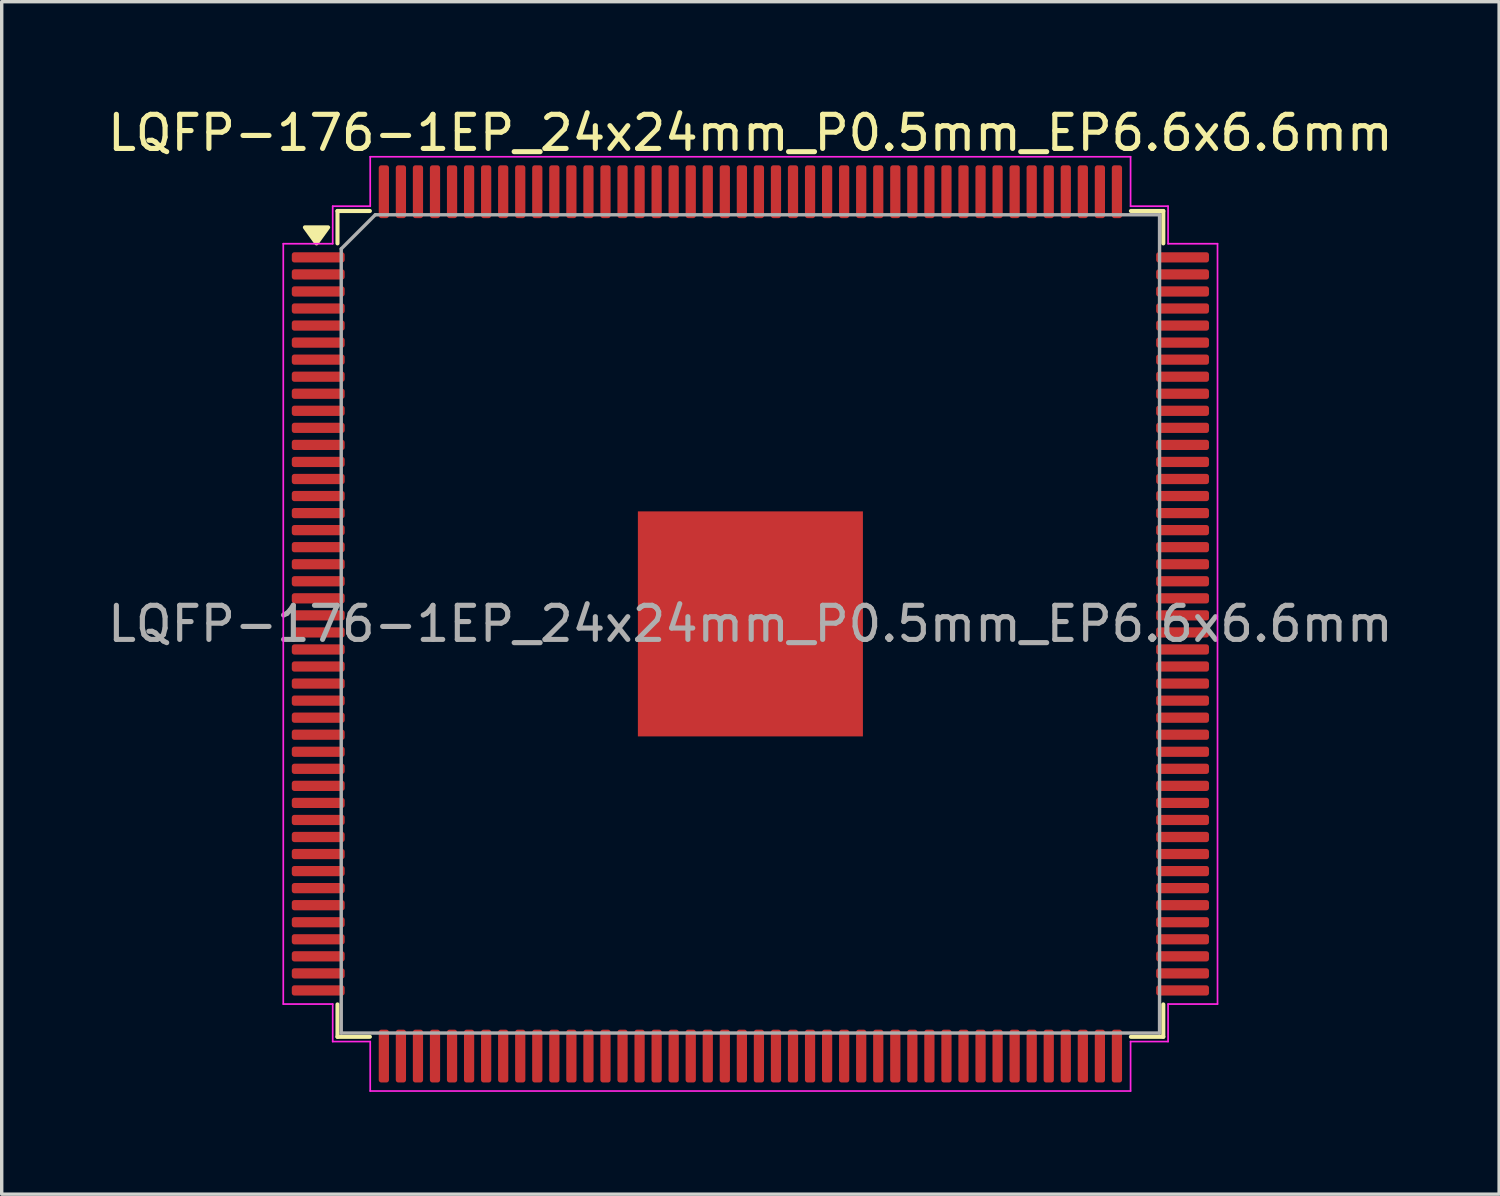
<source format=kicad_pcb>
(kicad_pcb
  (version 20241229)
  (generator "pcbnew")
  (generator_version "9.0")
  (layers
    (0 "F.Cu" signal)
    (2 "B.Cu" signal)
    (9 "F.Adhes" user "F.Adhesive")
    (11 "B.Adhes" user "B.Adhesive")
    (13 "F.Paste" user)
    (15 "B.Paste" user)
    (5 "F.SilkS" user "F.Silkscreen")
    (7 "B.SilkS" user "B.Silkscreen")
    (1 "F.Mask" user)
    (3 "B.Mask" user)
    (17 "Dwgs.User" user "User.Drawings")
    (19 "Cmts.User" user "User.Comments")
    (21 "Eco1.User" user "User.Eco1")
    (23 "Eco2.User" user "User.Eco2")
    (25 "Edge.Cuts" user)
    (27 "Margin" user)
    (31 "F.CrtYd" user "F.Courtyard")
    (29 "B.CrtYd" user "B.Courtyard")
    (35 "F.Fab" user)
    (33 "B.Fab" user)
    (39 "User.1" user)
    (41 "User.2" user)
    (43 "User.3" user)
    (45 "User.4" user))
  (footprint "LQFP-176-1EP_24x24mm_P0.5mm_EP6.6x6.6mm"
    (layer "F.Cu")
    (at 18.958 15.248)
    (property "Reference" "LQFP-176-1EP_24x24mm_P0.5mm_EP6.6x6.6mm" (at 0 -14.4 0) (layer "F.SilkS") (effects (font (size 1 1) (thickness 0.15))))
    (attr smd)
    (fp_line (start -12.11 -12.11) (end -12.11 -11.16) (stroke (width 0.12) (type solid)) (layer "F.SilkS"))
    (fp_line (start -12.11 12.11) (end -12.11 11.16) (stroke (width 0.12) (type solid)) (layer "F.SilkS"))
    (fp_line (start -11.16 -12.11) (end -12.11 -12.11) (stroke (width 0.12) (type solid)) (layer "F.SilkS"))
    (fp_line (start -11.16 12.11) (end -12.11 12.11) (stroke (width 0.12) (type solid)) (layer "F.SilkS"))
    (fp_line (start 11.16 -12.11) (end 12.11 -12.11) (stroke (width 0.12) (type solid)) (layer "F.SilkS"))
    (fp_line (start 11.16 12.11) (end 12.11 12.11) (stroke (width 0.12) (type solid)) (layer "F.SilkS"))
    (fp_line (start 12.11 -12.11) (end 12.11 -11.16) (stroke (width 0.12) (type solid)) (layer "F.SilkS"))
    (fp_line (start 12.11 12.11) (end 12.11 11.16) (stroke (width 0.12) (type solid)) (layer "F.SilkS"))
    (fp_poly (pts (xy -12.725 -11.16) (xy -13.065 -11.63) (xy -12.385 -11.63)) (stroke (width 0.12) (type solid)) (fill yes) (layer "F.SilkS"))
    (fp_line (start -13.7 -11.15) (end -12.25 -11.15) (stroke (width 0.05) (type solid)) (layer "F.CrtYd"))
    (fp_line (start -13.7 11.15) (end -13.7 -11.15) (stroke (width 0.05) (type solid)) (layer "F.CrtYd"))
    (fp_line (start -12.25 -12.25) (end -11.15 -12.25) (stroke (width 0.05) (type solid)) (layer "F.CrtYd"))
    (fp_line (start -12.25 -11.15) (end -12.25 -12.25) (stroke (width 0.05) (type solid)) (layer "F.CrtYd"))
    (fp_line (start -12.25 11.15) (end -13.7 11.15) (stroke (width 0.05) (type solid)) (layer "F.CrtYd"))
    (fp_line (start -12.25 12.25) (end -12.25 11.15) (stroke (width 0.05) (type solid)) (layer "F.CrtYd"))
    (fp_line (start -11.15 -13.7) (end 11.15 -13.7) (stroke (width 0.05) (type solid)) (layer "F.CrtYd"))
    (fp_line (start -11.15 -12.25) (end -11.15 -13.7) (stroke (width 0.05) (type solid)) (layer "F.CrtYd"))
    (fp_line (start -11.15 12.25) (end -12.25 12.25) (stroke (width 0.05) (type solid)) (layer "F.CrtYd"))
    (fp_line (start -11.15 13.7) (end -11.15 12.25) (stroke (width 0.05) (type solid)) (layer "F.CrtYd"))
    (fp_line (start 11.15 -13.7) (end 11.15 -12.25) (stroke (width 0.05) (type solid)) (layer "F.CrtYd"))
    (fp_line (start 11.15 -12.25) (end 12.25 -12.25) (stroke (width 0.05) (type solid)) (layer "F.CrtYd"))
    (fp_line (start 11.15 12.25) (end 11.15 13.7) (stroke (width 0.05) (type solid)) (layer "F.CrtYd"))
    (fp_line (start 11.15 13.7) (end -11.15 13.7) (stroke (width 0.05) (type solid)) (layer "F.CrtYd"))
    (fp_line (start 12.25 -12.25) (end 12.25 -11.15) (stroke (width 0.05) (type solid)) (layer "F.CrtYd"))
    (fp_line (start 12.25 -11.15) (end 13.7 -11.15) (stroke (width 0.05) (type solid)) (layer "F.CrtYd"))
    (fp_line (start 12.25 11.15) (end 12.25 12.25) (stroke (width 0.05) (type solid)) (layer "F.CrtYd"))
    (fp_line (start 12.25 12.25) (end 11.15 12.25) (stroke (width 0.05) (type solid)) (layer "F.CrtYd"))
    (fp_line (start 13.7 -11.15) (end 13.7 11.15) (stroke (width 0.05) (type solid)) (layer "F.CrtYd"))
    (fp_line (start 13.7 11.15) (end 12.25 11.15) (stroke (width 0.05) (type solid)) (layer "F.CrtYd"))
    (fp_line (start -12 -11) (end -11 -12) (stroke (width 0.1) (type solid)) (layer "F.Fab"))
    (fp_line (start -12 12) (end -12 -11) (stroke (width 0.1) (type solid)) (layer "F.Fab"))
    (fp_line (start -11 -12) (end 12 -12) (stroke (width 0.1) (type solid)) (layer "F.Fab"))
    (fp_line (start 12 -12) (end 12 12) (stroke (width 0.1) (type solid)) (layer "F.Fab"))
    (fp_line (start 12 12) (end -12 12) (stroke (width 0.1) (type solid)) (layer "F.Fab"))
    (fp_text user "${REFERENCE}" (at 0 0 0) (layer "F.Fab") (effects (font (size 1 1) (thickness 0.15))))
    (pad "" smd roundrect (at -2.64 -2.64) (size 1.06 1.06) (layers "F.Paste") (roundrect_rratio 0.236))
    (pad "" smd roundrect (at -2.64 -1.32) (size 1.06 1.06) (layers "F.Paste") (roundrect_rratio 0.236))
    (pad "" smd roundrect (at -2.64 0) (size 1.06 1.06) (layers "F.Paste") (roundrect_rratio 0.236))
    (pad "" smd roundrect (at -2.64 1.32) (size 1.06 1.06) (layers "F.Paste") (roundrect_rratio 0.236))
    (pad "" smd roundrect (at -2.64 2.64) (size 1.06 1.06) (layers "F.Paste") (roundrect_rratio 0.236))
    (pad "" smd roundrect (at -1.32 -2.64) (size 1.06 1.06) (layers "F.Paste") (roundrect_rratio 0.236))
    (pad "" smd roundrect (at -1.32 -1.32) (size 1.06 1.06) (layers "F.Paste") (roundrect_rratio 0.236))
    (pad "" smd roundrect (at -1.32 0) (size 1.06 1.06) (layers "F.Paste") (roundrect_rratio 0.236))
    (pad "" smd roundrect (at -1.32 1.32) (size 1.06 1.06) (layers "F.Paste") (roundrect_rratio 0.236))
    (pad "" smd roundrect (at -1.32 2.64) (size 1.06 1.06) (layers "F.Paste") (roundrect_rratio 0.236))
    (pad "" smd roundrect (at 0 -2.64) (size 1.06 1.06) (layers "F.Paste") (roundrect_rratio 0.236))
    (pad "" smd roundrect (at 0 -1.32) (size 1.06 1.06) (layers "F.Paste") (roundrect_rratio 0.236))
    (pad "" smd roundrect (at 0 0) (size 1.06 1.06) (layers "F.Paste") (roundrect_rratio 0.236))
    (pad "" smd roundrect (at 0 1.32) (size 1.06 1.06) (layers "F.Paste") (roundrect_rratio 0.236))
    (pad "" smd roundrect (at 0 2.64) (size 1.06 1.06) (layers "F.Paste") (roundrect_rratio 0.236))
    (pad "" smd roundrect (at 1.32 -2.64) (size 1.06 1.06) (layers "F.Paste") (roundrect_rratio 0.236))
    (pad "" smd roundrect (at 1.32 -1.32) (size 1.06 1.06) (layers "F.Paste") (roundrect_rratio 0.236))
    (pad "" smd roundrect (at 1.32 0) (size 1.06 1.06) (layers "F.Paste") (roundrect_rratio 0.236))
    (pad "" smd roundrect (at 1.32 1.32) (size 1.06 1.06) (layers "F.Paste") (roundrect_rratio 0.236))
    (pad "" smd roundrect (at 1.32 2.64) (size 1.06 1.06) (layers "F.Paste") (roundrect_rratio 0.236))
    (pad "" smd roundrect (at 2.64 -2.64) (size 1.06 1.06) (layers "F.Paste") (roundrect_rratio 0.236))
    (pad "" smd roundrect (at 2.64 -1.32) (size 1.06 1.06) (layers "F.Paste") (roundrect_rratio 0.236))
    (pad "" smd roundrect (at 2.64 0) (size 1.06 1.06) (layers "F.Paste") (roundrect_rratio 0.236))
    (pad "" smd roundrect (at 2.64 1.32) (size 1.06 1.06) (layers "F.Paste") (roundrect_rratio 0.236))
    (pad "" smd roundrect (at 2.64 2.64) (size 1.06 1.06) (layers "F.Paste") (roundrect_rratio 0.236))
    (pad "1" smd roundrect (at -12.675 -10.75) (size 1.55 0.3) (layers "F.Cu" "F.Mask" "F.Paste") (roundrect_rratio 0.25))
    (pad "2" smd roundrect (at -12.675 -10.25) (size 1.55 0.3) (layers "F.Cu" "F.Mask" "F.Paste") (roundrect_rratio 0.25))
    (pad "3" smd roundrect (at -12.675 -9.75) (size 1.55 0.3) (layers "F.Cu" "F.Mask" "F.Paste") (roundrect_rratio 0.25))
    (pad "4" smd roundrect (at -12.675 -9.25) (size 1.55 0.3) (layers "F.Cu" "F.Mask" "F.Paste") (roundrect_rratio 0.25))
    (pad "5" smd roundrect (at -12.675 -8.75) (size 1.55 0.3) (layers "F.Cu" "F.Mask" "F.Paste") (roundrect_rratio 0.25))
    (pad "6" smd roundrect (at -12.675 -8.25) (size 1.55 0.3) (layers "F.Cu" "F.Mask" "F.Paste") (roundrect_rratio 0.25))
    (pad "7" smd roundrect (at -12.675 -7.75) (size 1.55 0.3) (layers "F.Cu" "F.Mask" "F.Paste") (roundrect_rratio 0.25))
    (pad "8" smd roundrect (at -12.675 -7.25) (size 1.55 0.3) (layers "F.Cu" "F.Mask" "F.Paste") (roundrect_rratio 0.25))
    (pad "9" smd roundrect (at -12.675 -6.75) (size 1.55 0.3) (layers "F.Cu" "F.Mask" "F.Paste") (roundrect_rratio 0.25))
    (pad "10" smd roundrect (at -12.675 -6.25) (size 1.55 0.3) (layers "F.Cu" "F.Mask" "F.Paste") (roundrect_rratio 0.25))
    (pad "11" smd roundrect (at -12.675 -5.75) (size 1.55 0.3) (layers "F.Cu" "F.Mask" "F.Paste") (roundrect_rratio 0.25))
    (pad "12" smd roundrect (at -12.675 -5.25) (size 1.55 0.3) (layers "F.Cu" "F.Mask" "F.Paste") (roundrect_rratio 0.25))
    (pad "13" smd roundrect (at -12.675 -4.75) (size 1.55 0.3) (layers "F.Cu" "F.Mask" "F.Paste") (roundrect_rratio 0.25))
    (pad "14" smd roundrect (at -12.675 -4.25) (size 1.55 0.3) (layers "F.Cu" "F.Mask" "F.Paste") (roundrect_rratio 0.25))
    (pad "15" smd roundrect (at -12.675 -3.75) (size 1.55 0.3) (layers "F.Cu" "F.Mask" "F.Paste") (roundrect_rratio 0.25))
    (pad "16" smd roundrect (at -12.675 -3.25) (size 1.55 0.3) (layers "F.Cu" "F.Mask" "F.Paste") (roundrect_rratio 0.25))
    (pad "17" smd roundrect (at -12.675 -2.75) (size 1.55 0.3) (layers "F.Cu" "F.Mask" "F.Paste") (roundrect_rratio 0.25))
    (pad "18" smd roundrect (at -12.675 -2.25) (size 1.55 0.3) (layers "F.Cu" "F.Mask" "F.Paste") (roundrect_rratio 0.25))
    (pad "19" smd roundrect (at -12.675 -1.75) (size 1.55 0.3) (layers "F.Cu" "F.Mask" "F.Paste") (roundrect_rratio 0.25))
    (pad "20" smd roundrect (at -12.675 -1.25) (size 1.55 0.3) (layers "F.Cu" "F.Mask" "F.Paste") (roundrect_rratio 0.25))
    (pad "21" smd roundrect (at -12.675 -0.75) (size 1.55 0.3) (layers "F.Cu" "F.Mask" "F.Paste") (roundrect_rratio 0.25))
    (pad "22" smd roundrect (at -12.675 -0.25) (size 1.55 0.3) (layers "F.Cu" "F.Mask" "F.Paste") (roundrect_rratio 0.25))
    (pad "23" smd roundrect (at -12.675 0.25) (size 1.55 0.3) (layers "F.Cu" "F.Mask" "F.Paste") (roundrect_rratio 0.25))
    (pad "24" smd roundrect (at -12.675 0.75) (size 1.55 0.3) (layers "F.Cu" "F.Mask" "F.Paste") (roundrect_rratio 0.25))
    (pad "25" smd roundrect (at -12.675 1.25) (size 1.55 0.3) (layers "F.Cu" "F.Mask" "F.Paste") (roundrect_rratio 0.25))
    (pad "26" smd roundrect (at -12.675 1.75) (size 1.55 0.3) (layers "F.Cu" "F.Mask" "F.Paste") (roundrect_rratio 0.25))
    (pad "27" smd roundrect (at -12.675 2.25) (size 1.55 0.3) (layers "F.Cu" "F.Mask" "F.Paste") (roundrect_rratio 0.25))
    (pad "28" smd roundrect (at -12.675 2.75) (size 1.55 0.3) (layers "F.Cu" "F.Mask" "F.Paste") (roundrect_rratio 0.25))
    (pad "29" smd roundrect (at -12.675 3.25) (size 1.55 0.3) (layers "F.Cu" "F.Mask" "F.Paste") (roundrect_rratio 0.25))
    (pad "30" smd roundrect (at -12.675 3.75) (size 1.55 0.3) (layers "F.Cu" "F.Mask" "F.Paste") (roundrect_rratio 0.25))
    (pad "31" smd roundrect (at -12.675 4.25) (size 1.55 0.3) (layers "F.Cu" "F.Mask" "F.Paste") (roundrect_rratio 0.25))
    (pad "32" smd roundrect (at -12.675 4.75) (size 1.55 0.3) (layers "F.Cu" "F.Mask" "F.Paste") (roundrect_rratio 0.25))
    (pad "33" smd roundrect (at -12.675 5.25) (size 1.55 0.3) (layers "F.Cu" "F.Mask" "F.Paste") (roundrect_rratio 0.25))
    (pad "34" smd roundrect (at -12.675 5.75) (size 1.55 0.3) (layers "F.Cu" "F.Mask" "F.Paste") (roundrect_rratio 0.25))
    (pad "35" smd roundrect (at -12.675 6.25) (size 1.55 0.3) (layers "F.Cu" "F.Mask" "F.Paste") (roundrect_rratio 0.25))
    (pad "36" smd roundrect (at -12.675 6.75) (size 1.55 0.3) (layers "F.Cu" "F.Mask" "F.Paste") (roundrect_rratio 0.25))
    (pad "37" smd roundrect (at -12.675 7.25) (size 1.55 0.3) (layers "F.Cu" "F.Mask" "F.Paste") (roundrect_rratio 0.25))
    (pad "38" smd roundrect (at -12.675 7.75) (size 1.55 0.3) (layers "F.Cu" "F.Mask" "F.Paste") (roundrect_rratio 0.25))
    (pad "39" smd roundrect (at -12.675 8.25) (size 1.55 0.3) (layers "F.Cu" "F.Mask" "F.Paste") (roundrect_rratio 0.25))
    (pad "40" smd roundrect (at -12.675 8.75) (size 1.55 0.3) (layers "F.Cu" "F.Mask" "F.Paste") (roundrect_rratio 0.25))
    (pad "41" smd roundrect (at -12.675 9.25) (size 1.55 0.3) (layers "F.Cu" "F.Mask" "F.Paste") (roundrect_rratio 0.25))
    (pad "42" smd roundrect (at -12.675 9.75) (size 1.55 0.3) (layers "F.Cu" "F.Mask" "F.Paste") (roundrect_rratio 0.25))
    (pad "43" smd roundrect (at -12.675 10.25) (size 1.55 0.3) (layers "F.Cu" "F.Mask" "F.Paste") (roundrect_rratio 0.25))
    (pad "44" smd roundrect (at -12.675 10.75) (size 1.55 0.3) (layers "F.Cu" "F.Mask" "F.Paste") (roundrect_rratio 0.25))
    (pad "45" smd roundrect (at -10.75 12.675) (size 0.3 1.55) (layers "F.Cu" "F.Mask" "F.Paste") (roundrect_rratio 0.25))
    (pad "46" smd roundrect (at -10.25 12.675) (size 0.3 1.55) (layers "F.Cu" "F.Mask" "F.Paste") (roundrect_rratio 0.25))
    (pad "47" smd roundrect (at -9.75 12.675) (size 0.3 1.55) (layers "F.Cu" "F.Mask" "F.Paste") (roundrect_rratio 0.25))
    (pad "48" smd roundrect (at -9.25 12.675) (size 0.3 1.55) (layers "F.Cu" "F.Mask" "F.Paste") (roundrect_rratio 0.25))
    (pad "49" smd roundrect (at -8.75 12.675) (size 0.3 1.55) (layers "F.Cu" "F.Mask" "F.Paste") (roundrect_rratio 0.25))
    (pad "50" smd roundrect (at -8.25 12.675) (size 0.3 1.55) (layers "F.Cu" "F.Mask" "F.Paste") (roundrect_rratio 0.25))
    (pad "51" smd roundrect (at -7.75 12.675) (size 0.3 1.55) (layers "F.Cu" "F.Mask" "F.Paste") (roundrect_rratio 0.25))
    (pad "52" smd roundrect (at -7.25 12.675) (size 0.3 1.55) (layers "F.Cu" "F.Mask" "F.Paste") (roundrect_rratio 0.25))
    (pad "53" smd roundrect (at -6.75 12.675) (size 0.3 1.55) (layers "F.Cu" "F.Mask" "F.Paste") (roundrect_rratio 0.25))
    (pad "54" smd roundrect (at -6.25 12.675) (size 0.3 1.55) (layers "F.Cu" "F.Mask" "F.Paste") (roundrect_rratio 0.25))
    (pad "55" smd roundrect (at -5.75 12.675) (size 0.3 1.55) (layers "F.Cu" "F.Mask" "F.Paste") (roundrect_rratio 0.25))
    (pad "56" smd roundrect (at -5.25 12.675) (size 0.3 1.55) (layers "F.Cu" "F.Mask" "F.Paste") (roundrect_rratio 0.25))
    (pad "57" smd roundrect (at -4.75 12.675) (size 0.3 1.55) (layers "F.Cu" "F.Mask" "F.Paste") (roundrect_rratio 0.25))
    (pad "58" smd roundrect (at -4.25 12.675) (size 0.3 1.55) (layers "F.Cu" "F.Mask" "F.Paste") (roundrect_rratio 0.25))
    (pad "59" smd roundrect (at -3.75 12.675) (size 0.3 1.55) (layers "F.Cu" "F.Mask" "F.Paste") (roundrect_rratio 0.25))
    (pad "60" smd roundrect (at -3.25 12.675) (size 0.3 1.55) (layers "F.Cu" "F.Mask" "F.Paste") (roundrect_rratio 0.25))
    (pad "61" smd roundrect (at -2.75 12.675) (size 0.3 1.55) (layers "F.Cu" "F.Mask" "F.Paste") (roundrect_rratio 0.25))
    (pad "62" smd roundrect (at -2.25 12.675) (size 0.3 1.55) (layers "F.Cu" "F.Mask" "F.Paste") (roundrect_rratio 0.25))
    (pad "63" smd roundrect (at -1.75 12.675) (size 0.3 1.55) (layers "F.Cu" "F.Mask" "F.Paste") (roundrect_rratio 0.25))
    (pad "64" smd roundrect (at -1.25 12.675) (size 0.3 1.55) (layers "F.Cu" "F.Mask" "F.Paste") (roundrect_rratio 0.25))
    (pad "65" smd roundrect (at -0.75 12.675) (size 0.3 1.55) (layers "F.Cu" "F.Mask" "F.Paste") (roundrect_rratio 0.25))
    (pad "66" smd roundrect (at -0.25 12.675) (size 0.3 1.55) (layers "F.Cu" "F.Mask" "F.Paste") (roundrect_rratio 0.25))
    (pad "67" smd roundrect (at 0.25 12.675) (size 0.3 1.55) (layers "F.Cu" "F.Mask" "F.Paste") (roundrect_rratio 0.25))
    (pad "68" smd roundrect (at 0.75 12.675) (size 0.3 1.55) (layers "F.Cu" "F.Mask" "F.Paste") (roundrect_rratio 0.25))
    (pad "69" smd roundrect (at 1.25 12.675) (size 0.3 1.55) (layers "F.Cu" "F.Mask" "F.Paste") (roundrect_rratio 0.25))
    (pad "70" smd roundrect (at 1.75 12.675) (size 0.3 1.55) (layers "F.Cu" "F.Mask" "F.Paste") (roundrect_rratio 0.25))
    (pad "71" smd roundrect (at 2.25 12.675) (size 0.3 1.55) (layers "F.Cu" "F.Mask" "F.Paste") (roundrect_rratio 0.25))
    (pad "72" smd roundrect (at 2.75 12.675) (size 0.3 1.55) (layers "F.Cu" "F.Mask" "F.Paste") (roundrect_rratio 0.25))
    (pad "73" smd roundrect (at 3.25 12.675) (size 0.3 1.55) (layers "F.Cu" "F.Mask" "F.Paste") (roundrect_rratio 0.25))
    (pad "74" smd roundrect (at 3.75 12.675) (size 0.3 1.55) (layers "F.Cu" "F.Mask" "F.Paste") (roundrect_rratio 0.25))
    (pad "75" smd roundrect (at 4.25 12.675) (size 0.3 1.55) (layers "F.Cu" "F.Mask" "F.Paste") (roundrect_rratio 0.25))
    (pad "76" smd roundrect (at 4.75 12.675) (size 0.3 1.55) (layers "F.Cu" "F.Mask" "F.Paste") (roundrect_rratio 0.25))
    (pad "77" smd roundrect (at 5.25 12.675) (size 0.3 1.55) (layers "F.Cu" "F.Mask" "F.Paste") (roundrect_rratio 0.25))
    (pad "78" smd roundrect (at 5.75 12.675) (size 0.3 1.55) (layers "F.Cu" "F.Mask" "F.Paste") (roundrect_rratio 0.25))
    (pad "79" smd roundrect (at 6.25 12.675) (size 0.3 1.55) (layers "F.Cu" "F.Mask" "F.Paste") (roundrect_rratio 0.25))
    (pad "80" smd roundrect (at 6.75 12.675) (size 0.3 1.55) (layers "F.Cu" "F.Mask" "F.Paste") (roundrect_rratio 0.25))
    (pad "81" smd roundrect (at 7.25 12.675) (size 0.3 1.55) (layers "F.Cu" "F.Mask" "F.Paste") (roundrect_rratio 0.25))
    (pad "82" smd roundrect (at 7.75 12.675) (size 0.3 1.55) (layers "F.Cu" "F.Mask" "F.Paste") (roundrect_rratio 0.25))
    (pad "83" smd roundrect (at 8.25 12.675) (size 0.3 1.55) (layers "F.Cu" "F.Mask" "F.Paste") (roundrect_rratio 0.25))
    (pad "84" smd roundrect (at 8.75 12.675) (size 0.3 1.55) (layers "F.Cu" "F.Mask" "F.Paste") (roundrect_rratio 0.25))
    (pad "85" smd roundrect (at 9.25 12.675) (size 0.3 1.55) (layers "F.Cu" "F.Mask" "F.Paste") (roundrect_rratio 0.25))
    (pad "86" smd roundrect (at 9.75 12.675) (size 0.3 1.55) (layers "F.Cu" "F.Mask" "F.Paste") (roundrect_rratio 0.25))
    (pad "87" smd roundrect (at 10.25 12.675) (size 0.3 1.55) (layers "F.Cu" "F.Mask" "F.Paste") (roundrect_rratio 0.25))
    (pad "88" smd roundrect (at 10.75 12.675) (size 0.3 1.55) (layers "F.Cu" "F.Mask" "F.Paste") (roundrect_rratio 0.25))
    (pad "89" smd roundrect (at 12.675 10.75) (size 1.55 0.3) (layers "F.Cu" "F.Mask" "F.Paste") (roundrect_rratio 0.25))
    (pad "90" smd roundrect (at 12.675 10.25) (size 1.55 0.3) (layers "F.Cu" "F.Mask" "F.Paste") (roundrect_rratio 0.25))
    (pad "91" smd roundrect (at 12.675 9.75) (size 1.55 0.3) (layers "F.Cu" "F.Mask" "F.Paste") (roundrect_rratio 0.25))
    (pad "92" smd roundrect (at 12.675 9.25) (size 1.55 0.3) (layers "F.Cu" "F.Mask" "F.Paste") (roundrect_rratio 0.25))
    (pad "93" smd roundrect (at 12.675 8.75) (size 1.55 0.3) (layers "F.Cu" "F.Mask" "F.Paste") (roundrect_rratio 0.25))
    (pad "94" smd roundrect (at 12.675 8.25) (size 1.55 0.3) (layers "F.Cu" "F.Mask" "F.Paste") (roundrect_rratio 0.25))
    (pad "95" smd roundrect (at 12.675 7.75) (size 1.55 0.3) (layers "F.Cu" "F.Mask" "F.Paste") (roundrect_rratio 0.25))
    (pad "96" smd roundrect (at 12.675 7.25) (size 1.55 0.3) (layers "F.Cu" "F.Mask" "F.Paste") (roundrect_rratio 0.25))
    (pad "97" smd roundrect (at 12.675 6.75) (size 1.55 0.3) (layers "F.Cu" "F.Mask" "F.Paste") (roundrect_rratio 0.25))
    (pad "98" smd roundrect (at 12.675 6.25) (size 1.55 0.3) (layers "F.Cu" "F.Mask" "F.Paste") (roundrect_rratio 0.25))
    (pad "99" smd roundrect (at 12.675 5.75) (size 1.55 0.3) (layers "F.Cu" "F.Mask" "F.Paste") (roundrect_rratio 0.25))
    (pad "100" smd roundrect (at 12.675 5.25) (size 1.55 0.3) (layers "F.Cu" "F.Mask" "F.Paste") (roundrect_rratio 0.25))
    (pad "101" smd roundrect (at 12.675 4.75) (size 1.55 0.3) (layers "F.Cu" "F.Mask" "F.Paste") (roundrect_rratio 0.25))
    (pad "102" smd roundrect (at 12.675 4.25) (size 1.55 0.3) (layers "F.Cu" "F.Mask" "F.Paste") (roundrect_rratio 0.25))
    (pad "103" smd roundrect (at 12.675 3.75) (size 1.55 0.3) (layers "F.Cu" "F.Mask" "F.Paste") (roundrect_rratio 0.25))
    (pad "104" smd roundrect (at 12.675 3.25) (size 1.55 0.3) (layers "F.Cu" "F.Mask" "F.Paste") (roundrect_rratio 0.25))
    (pad "105" smd roundrect (at 12.675 2.75) (size 1.55 0.3) (layers "F.Cu" "F.Mask" "F.Paste") (roundrect_rratio 0.25))
    (pad "106" smd roundrect (at 12.675 2.25) (size 1.55 0.3) (layers "F.Cu" "F.Mask" "F.Paste") (roundrect_rratio 0.25))
    (pad "107" smd roundrect (at 12.675 1.75) (size 1.55 0.3) (layers "F.Cu" "F.Mask" "F.Paste") (roundrect_rratio 0.25))
    (pad "108" smd roundrect (at 12.675 1.25) (size 1.55 0.3) (layers "F.Cu" "F.Mask" "F.Paste") (roundrect_rratio 0.25))
    (pad "109" smd roundrect (at 12.675 0.75) (size 1.55 0.3) (layers "F.Cu" "F.Mask" "F.Paste") (roundrect_rratio 0.25))
    (pad "110" smd roundrect (at 12.675 0.25) (size 1.55 0.3) (layers "F.Cu" "F.Mask" "F.Paste") (roundrect_rratio 0.25))
    (pad "111" smd roundrect (at 12.675 -0.25) (size 1.55 0.3) (layers "F.Cu" "F.Mask" "F.Paste") (roundrect_rratio 0.25))
    (pad "112" smd roundrect (at 12.675 -0.75) (size 1.55 0.3) (layers "F.Cu" "F.Mask" "F.Paste") (roundrect_rratio 0.25))
    (pad "113" smd roundrect (at 12.675 -1.25) (size 1.55 0.3) (layers "F.Cu" "F.Mask" "F.Paste") (roundrect_rratio 0.25))
    (pad "114" smd roundrect (at 12.675 -1.75) (size 1.55 0.3) (layers "F.Cu" "F.Mask" "F.Paste") (roundrect_rratio 0.25))
    (pad "115" smd roundrect (at 12.675 -2.25) (size 1.55 0.3) (layers "F.Cu" "F.Mask" "F.Paste") (roundrect_rratio 0.25))
    (pad "116" smd roundrect (at 12.675 -2.75) (size 1.55 0.3) (layers "F.Cu" "F.Mask" "F.Paste") (roundrect_rratio 0.25))
    (pad "117" smd roundrect (at 12.675 -3.25) (size 1.55 0.3) (layers "F.Cu" "F.Mask" "F.Paste") (roundrect_rratio 0.25))
    (pad "118" smd roundrect (at 12.675 -3.75) (size 1.55 0.3) (layers "F.Cu" "F.Mask" "F.Paste") (roundrect_rratio 0.25))
    (pad "119" smd roundrect (at 12.675 -4.25) (size 1.55 0.3) (layers "F.Cu" "F.Mask" "F.Paste") (roundrect_rratio 0.25))
    (pad "120" smd roundrect (at 12.675 -4.75) (size 1.55 0.3) (layers "F.Cu" "F.Mask" "F.Paste") (roundrect_rratio 0.25))
    (pad "121" smd roundrect (at 12.675 -5.25) (size 1.55 0.3) (layers "F.Cu" "F.Mask" "F.Paste") (roundrect_rratio 0.25))
    (pad "122" smd roundrect (at 12.675 -5.75) (size 1.55 0.3) (layers "F.Cu" "F.Mask" "F.Paste") (roundrect_rratio 0.25))
    (pad "123" smd roundrect (at 12.675 -6.25) (size 1.55 0.3) (layers "F.Cu" "F.Mask" "F.Paste") (roundrect_rratio 0.25))
    (pad "124" smd roundrect (at 12.675 -6.75) (size 1.55 0.3) (layers "F.Cu" "F.Mask" "F.Paste") (roundrect_rratio 0.25))
    (pad "125" smd roundrect (at 12.675 -7.25) (size 1.55 0.3) (layers "F.Cu" "F.Mask" "F.Paste") (roundrect_rratio 0.25))
    (pad "126" smd roundrect (at 12.675 -7.75) (size 1.55 0.3) (layers "F.Cu" "F.Mask" "F.Paste") (roundrect_rratio 0.25))
    (pad "127" smd roundrect (at 12.675 -8.25) (size 1.55 0.3) (layers "F.Cu" "F.Mask" "F.Paste") (roundrect_rratio 0.25))
    (pad "128" smd roundrect (at 12.675 -8.75) (size 1.55 0.3) (layers "F.Cu" "F.Mask" "F.Paste") (roundrect_rratio 0.25))
    (pad "129" smd roundrect (at 12.675 -9.25) (size 1.55 0.3) (layers "F.Cu" "F.Mask" "F.Paste") (roundrect_rratio 0.25))
    (pad "130" smd roundrect (at 12.675 -9.75) (size 1.55 0.3) (layers "F.Cu" "F.Mask" "F.Paste") (roundrect_rratio 0.25))
    (pad "131" smd roundrect (at 12.675 -10.25) (size 1.55 0.3) (layers "F.Cu" "F.Mask" "F.Paste") (roundrect_rratio 0.25))
    (pad "132" smd roundrect (at 12.675 -10.75) (size 1.55 0.3) (layers "F.Cu" "F.Mask" "F.Paste") (roundrect_rratio 0.25))
    (pad "133" smd roundrect (at 10.75 -12.675) (size 0.3 1.55) (layers "F.Cu" "F.Mask" "F.Paste") (roundrect_rratio 0.25))
    (pad "134" smd roundrect (at 10.25 -12.675) (size 0.3 1.55) (layers "F.Cu" "F.Mask" "F.Paste") (roundrect_rratio 0.25))
    (pad "135" smd roundrect (at 9.75 -12.675) (size 0.3 1.55) (layers "F.Cu" "F.Mask" "F.Paste") (roundrect_rratio 0.25))
    (pad "136" smd roundrect (at 9.25 -12.675) (size 0.3 1.55) (layers "F.Cu" "F.Mask" "F.Paste") (roundrect_rratio 0.25))
    (pad "137" smd roundrect (at 8.75 -12.675) (size 0.3 1.55) (layers "F.Cu" "F.Mask" "F.Paste") (roundrect_rratio 0.25))
    (pad "138" smd roundrect (at 8.25 -12.675) (size 0.3 1.55) (layers "F.Cu" "F.Mask" "F.Paste") (roundrect_rratio 0.25))
    (pad "139" smd roundrect (at 7.75 -12.675) (size 0.3 1.55) (layers "F.Cu" "F.Mask" "F.Paste") (roundrect_rratio 0.25))
    (pad "140" smd roundrect (at 7.25 -12.675) (size 0.3 1.55) (layers "F.Cu" "F.Mask" "F.Paste") (roundrect_rratio 0.25))
    (pad "141" smd roundrect (at 6.75 -12.675) (size 0.3 1.55) (layers "F.Cu" "F.Mask" "F.Paste") (roundrect_rratio 0.25))
    (pad "142" smd roundrect (at 6.25 -12.675) (size 0.3 1.55) (layers "F.Cu" "F.Mask" "F.Paste") (roundrect_rratio 0.25))
    (pad "143" smd roundrect (at 5.75 -12.675) (size 0.3 1.55) (layers "F.Cu" "F.Mask" "F.Paste") (roundrect_rratio 0.25))
    (pad "144" smd roundrect (at 5.25 -12.675) (size 0.3 1.55) (layers "F.Cu" "F.Mask" "F.Paste") (roundrect_rratio 0.25))
    (pad "145" smd roundrect (at 4.75 -12.675) (size 0.3 1.55) (layers "F.Cu" "F.Mask" "F.Paste") (roundrect_rratio 0.25))
    (pad "146" smd roundrect (at 4.25 -12.675) (size 0.3 1.55) (layers "F.Cu" "F.Mask" "F.Paste") (roundrect_rratio 0.25))
    (pad "147" smd roundrect (at 3.75 -12.675) (size 0.3 1.55) (layers "F.Cu" "F.Mask" "F.Paste") (roundrect_rratio 0.25))
    (pad "148" smd roundrect (at 3.25 -12.675) (size 0.3 1.55) (layers "F.Cu" "F.Mask" "F.Paste") (roundrect_rratio 0.25))
    (pad "149" smd roundrect (at 2.75 -12.675) (size 0.3 1.55) (layers "F.Cu" "F.Mask" "F.Paste") (roundrect_rratio 0.25))
    (pad "150" smd roundrect (at 2.25 -12.675) (size 0.3 1.55) (layers "F.Cu" "F.Mask" "F.Paste") (roundrect_rratio 0.25))
    (pad "151" smd roundrect (at 1.75 -12.675) (size 0.3 1.55) (layers "F.Cu" "F.Mask" "F.Paste") (roundrect_rratio 0.25))
    (pad "152" smd roundrect (at 1.25 -12.675) (size 0.3 1.55) (layers "F.Cu" "F.Mask" "F.Paste") (roundrect_rratio 0.25))
    (pad "153" smd roundrect (at 0.75 -12.675) (size 0.3 1.55) (layers "F.Cu" "F.Mask" "F.Paste") (roundrect_rratio 0.25))
    (pad "154" smd roundrect (at 0.25 -12.675) (size 0.3 1.55) (layers "F.Cu" "F.Mask" "F.Paste") (roundrect_rratio 0.25))
    (pad "155" smd roundrect (at -0.25 -12.675) (size 0.3 1.55) (layers "F.Cu" "F.Mask" "F.Paste") (roundrect_rratio 0.25))
    (pad "156" smd roundrect (at -0.75 -12.675) (size 0.3 1.55) (layers "F.Cu" "F.Mask" "F.Paste") (roundrect_rratio 0.25))
    (pad "157" smd roundrect (at -1.25 -12.675) (size 0.3 1.55) (layers "F.Cu" "F.Mask" "F.Paste") (roundrect_rratio 0.25))
    (pad "158" smd roundrect (at -1.75 -12.675) (size 0.3 1.55) (layers "F.Cu" "F.Mask" "F.Paste") (roundrect_rratio 0.25))
    (pad "159" smd roundrect (at -2.25 -12.675) (size 0.3 1.55) (layers "F.Cu" "F.Mask" "F.Paste") (roundrect_rratio 0.25))
    (pad "160" smd roundrect (at -2.75 -12.675) (size 0.3 1.55) (layers "F.Cu" "F.Mask" "F.Paste") (roundrect_rratio 0.25))
    (pad "161" smd roundrect (at -3.25 -12.675) (size 0.3 1.55) (layers "F.Cu" "F.Mask" "F.Paste") (roundrect_rratio 0.25))
    (pad "162" smd roundrect (at -3.75 -12.675) (size 0.3 1.55) (layers "F.Cu" "F.Mask" "F.Paste") (roundrect_rratio 0.25))
    (pad "163" smd roundrect (at -4.25 -12.675) (size 0.3 1.55) (layers "F.Cu" "F.Mask" "F.Paste") (roundrect_rratio 0.25))
    (pad "164" smd roundrect (at -4.75 -12.675) (size 0.3 1.55) (layers "F.Cu" "F.Mask" "F.Paste") (roundrect_rratio 0.25))
    (pad "165" smd roundrect (at -5.25 -12.675) (size 0.3 1.55) (layers "F.Cu" "F.Mask" "F.Paste") (roundrect_rratio 0.25))
    (pad "166" smd roundrect (at -5.75 -12.675) (size 0.3 1.55) (layers "F.Cu" "F.Mask" "F.Paste") (roundrect_rratio 0.25))
    (pad "167" smd roundrect (at -6.25 -12.675) (size 0.3 1.55) (layers "F.Cu" "F.Mask" "F.Paste") (roundrect_rratio 0.25))
    (pad "168" smd roundrect (at -6.75 -12.675) (size 0.3 1.55) (layers "F.Cu" "F.Mask" "F.Paste") (roundrect_rratio 0.25))
    (pad "169" smd roundrect (at -7.25 -12.675) (size 0.3 1.55) (layers "F.Cu" "F.Mask" "F.Paste") (roundrect_rratio 0.25))
    (pad "170" smd roundrect (at -7.75 -12.675) (size 0.3 1.55) (layers "F.Cu" "F.Mask" "F.Paste") (roundrect_rratio 0.25))
    (pad "171" smd roundrect (at -8.25 -12.675) (size 0.3 1.55) (layers "F.Cu" "F.Mask" "F.Paste") (roundrect_rratio 0.25))
    (pad "172" smd roundrect (at -8.75 -12.675) (size 0.3 1.55) (layers "F.Cu" "F.Mask" "F.Paste") (roundrect_rratio 0.25))
    (pad "173" smd roundrect (at -9.25 -12.675) (size 0.3 1.55) (layers "F.Cu" "F.Mask" "F.Paste") (roundrect_rratio 0.25))
    (pad "174" smd roundrect (at -9.75 -12.675) (size 0.3 1.55) (layers "F.Cu" "F.Mask" "F.Paste") (roundrect_rratio 0.25))
    (pad "175" smd roundrect (at -10.25 -12.675) (size 0.3 1.55) (layers "F.Cu" "F.Mask" "F.Paste") (roundrect_rratio 0.25))
    (pad "176" smd roundrect (at -10.75 -12.675) (size 0.3 1.55) (layers "F.Cu" "F.Mask" "F.Paste") (roundrect_rratio 0.25))
    (pad "177" smd rect (at 0 0) (size 6.6 6.6) (property pad_prop_heatsink) (layers "F.Cu" "F.Mask")))
  (gr_rect
    (start -3 -3)
    (end 40.917 31.973)
    (stroke (width 0.1) (type default))
    (fill no)
    (layer "Edge.Cuts")))
</source>
